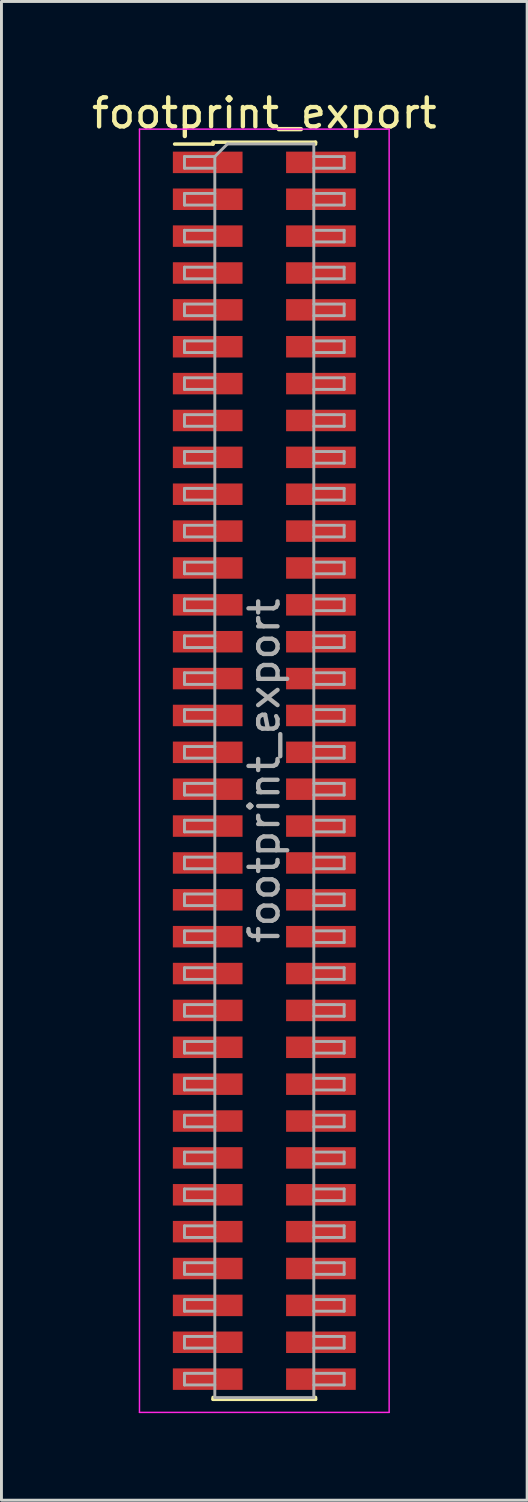
<source format=kicad_pcb>
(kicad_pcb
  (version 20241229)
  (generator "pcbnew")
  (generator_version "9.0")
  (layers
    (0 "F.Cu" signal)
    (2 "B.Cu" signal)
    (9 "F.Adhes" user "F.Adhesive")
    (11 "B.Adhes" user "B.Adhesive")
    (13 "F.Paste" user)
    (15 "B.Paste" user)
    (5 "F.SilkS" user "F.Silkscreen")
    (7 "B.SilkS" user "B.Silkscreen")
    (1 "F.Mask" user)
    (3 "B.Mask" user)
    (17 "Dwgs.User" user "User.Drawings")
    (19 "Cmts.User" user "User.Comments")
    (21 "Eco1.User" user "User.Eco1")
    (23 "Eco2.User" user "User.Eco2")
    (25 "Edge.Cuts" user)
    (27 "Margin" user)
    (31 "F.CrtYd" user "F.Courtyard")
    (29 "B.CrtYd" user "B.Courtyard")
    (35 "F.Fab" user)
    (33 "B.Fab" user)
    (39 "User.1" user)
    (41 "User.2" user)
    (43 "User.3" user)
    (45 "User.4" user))
  (footprint "footprint_export"
    (layer "F.Cu")
    (at 6.054 23.498)
    (property "Reference" "footprint_export" (at 0 -22.65 0) (layer "F.SilkS") (effects (font (size 1 1) (thickness 0.15))))
    (attr smd)
    (fp_line (start -3.09 -21.585) (end -1.765 -21.585) (stroke (width 0.12) (type solid)) (layer "F.SilkS"))
    (fp_line (start -1.765 -21.65) (end -1.765 -21.585) (stroke (width 0.12) (type solid)) (layer "F.SilkS"))
    (fp_line (start -1.765 -21.65) (end 1.765 -21.65) (stroke (width 0.12) (type solid)) (layer "F.SilkS"))
    (fp_line (start -1.765 21.585) (end -1.765 21.65) (stroke (width 0.12) (type solid)) (layer "F.SilkS"))
    (fp_line (start -1.765 21.65) (end 1.765 21.65) (stroke (width 0.12) (type solid)) (layer "F.SilkS"))
    (fp_line (start 1.765 -21.65) (end 1.765 -21.585) (stroke (width 0.12) (type solid)) (layer "F.SilkS"))
    (fp_line (start 1.765 21.585) (end 1.765 21.65) (stroke (width 0.12) (type solid)) (layer "F.SilkS"))
    (fp_line (start -4.3 -22.1) (end -4.3 22.1) (stroke (width 0.05) (type solid)) (layer "F.CrtYd"))
    (fp_line (start -4.3 22.1) (end 4.3 22.1) (stroke (width 0.05) (type solid)) (layer "F.CrtYd"))
    (fp_line (start 4.3 -22.1) (end -4.3 -22.1) (stroke (width 0.05) (type solid)) (layer "F.CrtYd"))
    (fp_line (start 4.3 22.1) (end 4.3 -22.1) (stroke (width 0.05) (type solid)) (layer "F.CrtYd"))
    (fp_line (start -2.75 -21.155) (end -2.75 -20.755) (stroke (width 0.1) (type solid)) (layer "F.Fab"))
    (fp_line (start -2.75 -20.755) (end -1.705 -20.755) (stroke (width 0.1) (type solid)) (layer "F.Fab"))
    (fp_line (start -2.75 -19.885) (end -2.75 -19.485) (stroke (width 0.1) (type solid)) (layer "F.Fab"))
    (fp_line (start -2.75 -19.485) (end -1.705 -19.485) (stroke (width 0.1) (type solid)) (layer "F.Fab"))
    (fp_line (start -2.75 -18.615) (end -2.75 -18.215) (stroke (width 0.1) (type solid)) (layer "F.Fab"))
    (fp_line (start -2.75 -18.215) (end -1.705 -18.215) (stroke (width 0.1) (type solid)) (layer "F.Fab"))
    (fp_line (start -2.75 -17.345) (end -2.75 -16.945) (stroke (width 0.1) (type solid)) (layer "F.Fab"))
    (fp_line (start -2.75 -16.945) (end -1.705 -16.945) (stroke (width 0.1) (type solid)) (layer "F.Fab"))
    (fp_line (start -2.75 -16.075) (end -2.75 -15.675) (stroke (width 0.1) (type solid)) (layer "F.Fab"))
    (fp_line (start -2.75 -15.675) (end -1.705 -15.675) (stroke (width 0.1) (type solid)) (layer "F.Fab"))
    (fp_line (start -2.75 -14.805) (end -2.75 -14.405) (stroke (width 0.1) (type solid)) (layer "F.Fab"))
    (fp_line (start -2.75 -14.405) (end -1.705 -14.405) (stroke (width 0.1) (type solid)) (layer "F.Fab"))
    (fp_line (start -2.75 -13.535) (end -2.75 -13.135) (stroke (width 0.1) (type solid)) (layer "F.Fab"))
    (fp_line (start -2.75 -13.135) (end -1.705 -13.135) (stroke (width 0.1) (type solid)) (layer "F.Fab"))
    (fp_line (start -2.75 -12.265) (end -2.75 -11.865) (stroke (width 0.1) (type solid)) (layer "F.Fab"))
    (fp_line (start -2.75 -11.865) (end -1.705 -11.865) (stroke (width 0.1) (type solid)) (layer "F.Fab"))
    (fp_line (start -2.75 -10.995) (end -2.75 -10.595) (stroke (width 0.1) (type solid)) (layer "F.Fab"))
    (fp_line (start -2.75 -10.595) (end -1.705 -10.595) (stroke (width 0.1) (type solid)) (layer "F.Fab"))
    (fp_line (start -2.75 -9.725) (end -2.75 -9.325) (stroke (width 0.1) (type solid)) (layer "F.Fab"))
    (fp_line (start -2.75 -9.325) (end -1.705 -9.325) (stroke (width 0.1) (type solid)) (layer "F.Fab"))
    (fp_line (start -2.75 -8.455) (end -2.75 -8.055) (stroke (width 0.1) (type solid)) (layer "F.Fab"))
    (fp_line (start -2.75 -8.055) (end -1.705 -8.055) (stroke (width 0.1) (type solid)) (layer "F.Fab"))
    (fp_line (start -2.75 -7.185) (end -2.75 -6.785) (stroke (width 0.1) (type solid)) (layer "F.Fab"))
    (fp_line (start -2.75 -6.785) (end -1.705 -6.785) (stroke (width 0.1) (type solid)) (layer "F.Fab"))
    (fp_line (start -2.75 -5.915) (end -2.75 -5.515) (stroke (width 0.1) (type solid)) (layer "F.Fab"))
    (fp_line (start -2.75 -5.515) (end -1.705 -5.515) (stroke (width 0.1) (type solid)) (layer "F.Fab"))
    (fp_line (start -2.75 -4.645) (end -2.75 -4.245) (stroke (width 0.1) (type solid)) (layer "F.Fab"))
    (fp_line (start -2.75 -4.245) (end -1.705 -4.245) (stroke (width 0.1) (type solid)) (layer "F.Fab"))
    (fp_line (start -2.75 -3.375) (end -2.75 -2.975) (stroke (width 0.1) (type solid)) (layer "F.Fab"))
    (fp_line (start -2.75 -2.975) (end -1.705 -2.975) (stroke (width 0.1) (type solid)) (layer "F.Fab"))
    (fp_line (start -2.75 -2.105) (end -2.75 -1.705) (stroke (width 0.1) (type solid)) (layer "F.Fab"))
    (fp_line (start -2.75 -1.705) (end -1.705 -1.705) (stroke (width 0.1) (type solid)) (layer "F.Fab"))
    (fp_line (start -2.75 -0.835) (end -2.75 -0.435) (stroke (width 0.1) (type solid)) (layer "F.Fab"))
    (fp_line (start -2.75 -0.435) (end -1.705 -0.435) (stroke (width 0.1) (type solid)) (layer "F.Fab"))
    (fp_line (start -2.75 0.435) (end -2.75 0.835) (stroke (width 0.1) (type solid)) (layer "F.Fab"))
    (fp_line (start -2.75 0.835) (end -1.705 0.835) (stroke (width 0.1) (type solid)) (layer "F.Fab"))
    (fp_line (start -2.75 1.705) (end -2.75 2.105) (stroke (width 0.1) (type solid)) (layer "F.Fab"))
    (fp_line (start -2.75 2.105) (end -1.705 2.105) (stroke (width 0.1) (type solid)) (layer "F.Fab"))
    (fp_line (start -2.75 2.975) (end -2.75 3.375) (stroke (width 0.1) (type solid)) (layer "F.Fab"))
    (fp_line (start -2.75 3.375) (end -1.705 3.375) (stroke (width 0.1) (type solid)) (layer "F.Fab"))
    (fp_line (start -2.75 4.245) (end -2.75 4.645) (stroke (width 0.1) (type solid)) (layer "F.Fab"))
    (fp_line (start -2.75 4.645) (end -1.705 4.645) (stroke (width 0.1) (type solid)) (layer "F.Fab"))
    (fp_line (start -2.75 5.515) (end -2.75 5.915) (stroke (width 0.1) (type solid)) (layer "F.Fab"))
    (fp_line (start -2.75 5.915) (end -1.705 5.915) (stroke (width 0.1) (type solid)) (layer "F.Fab"))
    (fp_line (start -2.75 6.785) (end -2.75 7.185) (stroke (width 0.1) (type solid)) (layer "F.Fab"))
    (fp_line (start -2.75 7.185) (end -1.705 7.185) (stroke (width 0.1) (type solid)) (layer "F.Fab"))
    (fp_line (start -2.75 8.055) (end -2.75 8.455) (stroke (width 0.1) (type solid)) (layer "F.Fab"))
    (fp_line (start -2.75 8.455) (end -1.705 8.455) (stroke (width 0.1) (type solid)) (layer "F.Fab"))
    (fp_line (start -2.75 9.325) (end -2.75 9.725) (stroke (width 0.1) (type solid)) (layer "F.Fab"))
    (fp_line (start -2.75 9.725) (end -1.705 9.725) (stroke (width 0.1) (type solid)) (layer "F.Fab"))
    (fp_line (start -2.75 10.595) (end -2.75 10.995) (stroke (width 0.1) (type solid)) (layer "F.Fab"))
    (fp_line (start -2.75 10.995) (end -1.705 10.995) (stroke (width 0.1) (type solid)) (layer "F.Fab"))
    (fp_line (start -2.75 11.865) (end -2.75 12.265) (stroke (width 0.1) (type solid)) (layer "F.Fab"))
    (fp_line (start -2.75 12.265) (end -1.705 12.265) (stroke (width 0.1) (type solid)) (layer "F.Fab"))
    (fp_line (start -2.75 13.135) (end -2.75 13.535) (stroke (width 0.1) (type solid)) (layer "F.Fab"))
    (fp_line (start -2.75 13.535) (end -1.705 13.535) (stroke (width 0.1) (type solid)) (layer "F.Fab"))
    (fp_line (start -2.75 14.405) (end -2.75 14.805) (stroke (width 0.1) (type solid)) (layer "F.Fab"))
    (fp_line (start -2.75 14.805) (end -1.705 14.805) (stroke (width 0.1) (type solid)) (layer "F.Fab"))
    (fp_line (start -2.75 15.675) (end -2.75 16.075) (stroke (width 0.1) (type solid)) (layer "F.Fab"))
    (fp_line (start -2.75 16.075) (end -1.705 16.075) (stroke (width 0.1) (type solid)) (layer "F.Fab"))
    (fp_line (start -2.75 16.945) (end -2.75 17.345) (stroke (width 0.1) (type solid)) (layer "F.Fab"))
    (fp_line (start -2.75 17.345) (end -1.705 17.345) (stroke (width 0.1) (type solid)) (layer "F.Fab"))
    (fp_line (start -2.75 18.215) (end -2.75 18.615) (stroke (width 0.1) (type solid)) (layer "F.Fab"))
    (fp_line (start -2.75 18.615) (end -1.705 18.615) (stroke (width 0.1) (type solid)) (layer "F.Fab"))
    (fp_line (start -2.75 19.485) (end -2.75 19.885) (stroke (width 0.1) (type solid)) (layer "F.Fab"))
    (fp_line (start -2.75 19.885) (end -1.705 19.885) (stroke (width 0.1) (type solid)) (layer "F.Fab"))
    (fp_line (start -2.75 20.755) (end -2.75 21.155) (stroke (width 0.1) (type solid)) (layer "F.Fab"))
    (fp_line (start -2.75 21.155) (end -1.705 21.155) (stroke (width 0.1) (type solid)) (layer "F.Fab"))
    (fp_line (start -1.705 -21.155) (end -2.75 -21.155) (stroke (width 0.1) (type solid)) (layer "F.Fab"))
    (fp_line (start -1.705 -21.155) (end -1.27 -21.59) (stroke (width 0.1) (type solid)) (layer "F.Fab"))
    (fp_line (start -1.705 -19.885) (end -2.75 -19.885) (stroke (width 0.1) (type solid)) (layer "F.Fab"))
    (fp_line (start -1.705 -18.615) (end -2.75 -18.615) (stroke (width 0.1) (type solid)) (layer "F.Fab"))
    (fp_line (start -1.705 -17.345) (end -2.75 -17.345) (stroke (width 0.1) (type solid)) (layer "F.Fab"))
    (fp_line (start -1.705 -16.075) (end -2.75 -16.075) (stroke (width 0.1) (type solid)) (layer "F.Fab"))
    (fp_line (start -1.705 -14.805) (end -2.75 -14.805) (stroke (width 0.1) (type solid)) (layer "F.Fab"))
    (fp_line (start -1.705 -13.535) (end -2.75 -13.535) (stroke (width 0.1) (type solid)) (layer "F.Fab"))
    (fp_line (start -1.705 -12.265) (end -2.75 -12.265) (stroke (width 0.1) (type solid)) (layer "F.Fab"))
    (fp_line (start -1.705 -10.995) (end -2.75 -10.995) (stroke (width 0.1) (type solid)) (layer "F.Fab"))
    (fp_line (start -1.705 -9.725) (end -2.75 -9.725) (stroke (width 0.1) (type solid)) (layer "F.Fab"))
    (fp_line (start -1.705 -8.455) (end -2.75 -8.455) (stroke (width 0.1) (type solid)) (layer "F.Fab"))
    (fp_line (start -1.705 -7.185) (end -2.75 -7.185) (stroke (width 0.1) (type solid)) (layer "F.Fab"))
    (fp_line (start -1.705 -5.915) (end -2.75 -5.915) (stroke (width 0.1) (type solid)) (layer "F.Fab"))
    (fp_line (start -1.705 -4.645) (end -2.75 -4.645) (stroke (width 0.1) (type solid)) (layer "F.Fab"))
    (fp_line (start -1.705 -3.375) (end -2.75 -3.375) (stroke (width 0.1) (type solid)) (layer "F.Fab"))
    (fp_line (start -1.705 -2.105) (end -2.75 -2.105) (stroke (width 0.1) (type solid)) (layer "F.Fab"))
    (fp_line (start -1.705 -0.835) (end -2.75 -0.835) (stroke (width 0.1) (type solid)) (layer "F.Fab"))
    (fp_line (start -1.705 0.435) (end -2.75 0.435) (stroke (width 0.1) (type solid)) (layer "F.Fab"))
    (fp_line (start -1.705 1.705) (end -2.75 1.705) (stroke (width 0.1) (type solid)) (layer "F.Fab"))
    (fp_line (start -1.705 2.975) (end -2.75 2.975) (stroke (width 0.1) (type solid)) (layer "F.Fab"))
    (fp_line (start -1.705 4.245) (end -2.75 4.245) (stroke (width 0.1) (type solid)) (layer "F.Fab"))
    (fp_line (start -1.705 5.515) (end -2.75 5.515) (stroke (width 0.1) (type solid)) (layer "F.Fab"))
    (fp_line (start -1.705 6.785) (end -2.75 6.785) (stroke (width 0.1) (type solid)) (layer "F.Fab"))
    (fp_line (start -1.705 8.055) (end -2.75 8.055) (stroke (width 0.1) (type solid)) (layer "F.Fab"))
    (fp_line (start -1.705 9.325) (end -2.75 9.325) (stroke (width 0.1) (type solid)) (layer "F.Fab"))
    (fp_line (start -1.705 10.595) (end -2.75 10.595) (stroke (width 0.1) (type solid)) (layer "F.Fab"))
    (fp_line (start -1.705 11.865) (end -2.75 11.865) (stroke (width 0.1) (type solid)) (layer "F.Fab"))
    (fp_line (start -1.705 13.135) (end -2.75 13.135) (stroke (width 0.1) (type solid)) (layer "F.Fab"))
    (fp_line (start -1.705 14.405) (end -2.75 14.405) (stroke (width 0.1) (type solid)) (layer "F.Fab"))
    (fp_line (start -1.705 15.675) (end -2.75 15.675) (stroke (width 0.1) (type solid)) (layer "F.Fab"))
    (fp_line (start -1.705 16.945) (end -2.75 16.945) (stroke (width 0.1) (type solid)) (layer "F.Fab"))
    (fp_line (start -1.705 18.215) (end -2.75 18.215) (stroke (width 0.1) (type solid)) (layer "F.Fab"))
    (fp_line (start -1.705 19.485) (end -2.75 19.485) (stroke (width 0.1) (type solid)) (layer "F.Fab"))
    (fp_line (start -1.705 20.755) (end -2.75 20.755) (stroke (width 0.1) (type solid)) (layer "F.Fab"))
    (fp_line (start -1.705 21.59) (end -1.705 -21.155) (stroke (width 0.1) (type solid)) (layer "F.Fab"))
    (fp_line (start -1.27 -21.59) (end 1.705 -21.59) (stroke (width 0.1) (type solid)) (layer "F.Fab"))
    (fp_line (start 1.705 -21.59) (end 1.705 21.59) (stroke (width 0.1) (type solid)) (layer "F.Fab"))
    (fp_line (start 1.705 -21.155) (end 2.75 -21.155) (stroke (width 0.1) (type solid)) (layer "F.Fab"))
    (fp_line (start 1.705 -19.885) (end 2.75 -19.885) (stroke (width 0.1) (type solid)) (layer "F.Fab"))
    (fp_line (start 1.705 -18.615) (end 2.75 -18.615) (stroke (width 0.1) (type solid)) (layer "F.Fab"))
    (fp_line (start 1.705 -17.345) (end 2.75 -17.345) (stroke (width 0.1) (type solid)) (layer "F.Fab"))
    (fp_line (start 1.705 -16.075) (end 2.75 -16.075) (stroke (width 0.1) (type solid)) (layer "F.Fab"))
    (fp_line (start 1.705 -14.805) (end 2.75 -14.805) (stroke (width 0.1) (type solid)) (layer "F.Fab"))
    (fp_line (start 1.705 -13.535) (end 2.75 -13.535) (stroke (width 0.1) (type solid)) (layer "F.Fab"))
    (fp_line (start 1.705 -12.265) (end 2.75 -12.265) (stroke (width 0.1) (type solid)) (layer "F.Fab"))
    (fp_line (start 1.705 -10.995) (end 2.75 -10.995) (stroke (width 0.1) (type solid)) (layer "F.Fab"))
    (fp_line (start 1.705 -9.725) (end 2.75 -9.725) (stroke (width 0.1) (type solid)) (layer "F.Fab"))
    (fp_line (start 1.705 -8.455) (end 2.75 -8.455) (stroke (width 0.1) (type solid)) (layer "F.Fab"))
    (fp_line (start 1.705 -7.185) (end 2.75 -7.185) (stroke (width 0.1) (type solid)) (layer "F.Fab"))
    (fp_line (start 1.705 -5.915) (end 2.75 -5.915) (stroke (width 0.1) (type solid)) (layer "F.Fab"))
    (fp_line (start 1.705 -4.645) (end 2.75 -4.645) (stroke (width 0.1) (type solid)) (layer "F.Fab"))
    (fp_line (start 1.705 -3.375) (end 2.75 -3.375) (stroke (width 0.1) (type solid)) (layer "F.Fab"))
    (fp_line (start 1.705 -2.105) (end 2.75 -2.105) (stroke (width 0.1) (type solid)) (layer "F.Fab"))
    (fp_line (start 1.705 -0.835) (end 2.75 -0.835) (stroke (width 0.1) (type solid)) (layer "F.Fab"))
    (fp_line (start 1.705 0.435) (end 2.75 0.435) (stroke (width 0.1) (type solid)) (layer "F.Fab"))
    (fp_line (start 1.705 1.705) (end 2.75 1.705) (stroke (width 0.1) (type solid)) (layer "F.Fab"))
    (fp_line (start 1.705 2.975) (end 2.75 2.975) (stroke (width 0.1) (type solid)) (layer "F.Fab"))
    (fp_line (start 1.705 4.245) (end 2.75 4.245) (stroke (width 0.1) (type solid)) (layer "F.Fab"))
    (fp_line (start 1.705 5.515) (end 2.75 5.515) (stroke (width 0.1) (type solid)) (layer "F.Fab"))
    (fp_line (start 1.705 6.785) (end 2.75 6.785) (stroke (width 0.1) (type solid)) (layer "F.Fab"))
    (fp_line (start 1.705 8.055) (end 2.75 8.055) (stroke (width 0.1) (type solid)) (layer "F.Fab"))
    (fp_line (start 1.705 9.325) (end 2.75 9.325) (stroke (width 0.1) (type solid)) (layer "F.Fab"))
    (fp_line (start 1.705 10.595) (end 2.75 10.595) (stroke (width 0.1) (type solid)) (layer "F.Fab"))
    (fp_line (start 1.705 11.865) (end 2.75 11.865) (stroke (width 0.1) (type solid)) (layer "F.Fab"))
    (fp_line (start 1.705 13.135) (end 2.75 13.135) (stroke (width 0.1) (type solid)) (layer "F.Fab"))
    (fp_line (start 1.705 14.405) (end 2.75 14.405) (stroke (width 0.1) (type solid)) (layer "F.Fab"))
    (fp_line (start 1.705 15.675) (end 2.75 15.675) (stroke (width 0.1) (type solid)) (layer "F.Fab"))
    (fp_line (start 1.705 16.945) (end 2.75 16.945) (stroke (width 0.1) (type solid)) (layer "F.Fab"))
    (fp_line (start 1.705 18.215) (end 2.75 18.215) (stroke (width 0.1) (type solid)) (layer "F.Fab"))
    (fp_line (start 1.705 19.485) (end 2.75 19.485) (stroke (width 0.1) (type solid)) (layer "F.Fab"))
    (fp_line (start 1.705 20.755) (end 2.75 20.755) (stroke (width 0.1) (type solid)) (layer "F.Fab"))
    (fp_line (start 1.705 21.59) (end -1.705 21.59) (stroke (width 0.1) (type solid)) (layer "F.Fab"))
    (fp_line (start 2.75 -21.155) (end 2.75 -20.755) (stroke (width 0.1) (type solid)) (layer "F.Fab"))
    (fp_line (start 2.75 -20.755) (end 1.705 -20.755) (stroke (width 0.1) (type solid)) (layer "F.Fab"))
    (fp_line (start 2.75 -19.885) (end 2.75 -19.485) (stroke (width 0.1) (type solid)) (layer "F.Fab"))
    (fp_line (start 2.75 -19.485) (end 1.705 -19.485) (stroke (width 0.1) (type solid)) (layer "F.Fab"))
    (fp_line (start 2.75 -18.615) (end 2.75 -18.215) (stroke (width 0.1) (type solid)) (layer "F.Fab"))
    (fp_line (start 2.75 -18.215) (end 1.705 -18.215) (stroke (width 0.1) (type solid)) (layer "F.Fab"))
    (fp_line (start 2.75 -17.345) (end 2.75 -16.945) (stroke (width 0.1) (type solid)) (layer "F.Fab"))
    (fp_line (start 2.75 -16.945) (end 1.705 -16.945) (stroke (width 0.1) (type solid)) (layer "F.Fab"))
    (fp_line (start 2.75 -16.075) (end 2.75 -15.675) (stroke (width 0.1) (type solid)) (layer "F.Fab"))
    (fp_line (start 2.75 -15.675) (end 1.705 -15.675) (stroke (width 0.1) (type solid)) (layer "F.Fab"))
    (fp_line (start 2.75 -14.805) (end 2.75 -14.405) (stroke (width 0.1) (type solid)) (layer "F.Fab"))
    (fp_line (start 2.75 -14.405) (end 1.705 -14.405) (stroke (width 0.1) (type solid)) (layer "F.Fab"))
    (fp_line (start 2.75 -13.535) (end 2.75 -13.135) (stroke (width 0.1) (type solid)) (layer "F.Fab"))
    (fp_line (start 2.75 -13.135) (end 1.705 -13.135) (stroke (width 0.1) (type solid)) (layer "F.Fab"))
    (fp_line (start 2.75 -12.265) (end 2.75 -11.865) (stroke (width 0.1) (type solid)) (layer "F.Fab"))
    (fp_line (start 2.75 -11.865) (end 1.705 -11.865) (stroke (width 0.1) (type solid)) (layer "F.Fab"))
    (fp_line (start 2.75 -10.995) (end 2.75 -10.595) (stroke (width 0.1) (type solid)) (layer "F.Fab"))
    (fp_line (start 2.75 -10.595) (end 1.705 -10.595) (stroke (width 0.1) (type solid)) (layer "F.Fab"))
    (fp_line (start 2.75 -9.725) (end 2.75 -9.325) (stroke (width 0.1) (type solid)) (layer "F.Fab"))
    (fp_line (start 2.75 -9.325) (end 1.705 -9.325) (stroke (width 0.1) (type solid)) (layer "F.Fab"))
    (fp_line (start 2.75 -8.455) (end 2.75 -8.055) (stroke (width 0.1) (type solid)) (layer "F.Fab"))
    (fp_line (start 2.75 -8.055) (end 1.705 -8.055) (stroke (width 0.1) (type solid)) (layer "F.Fab"))
    (fp_line (start 2.75 -7.185) (end 2.75 -6.785) (stroke (width 0.1) (type solid)) (layer "F.Fab"))
    (fp_line (start 2.75 -6.785) (end 1.705 -6.785) (stroke (width 0.1) (type solid)) (layer "F.Fab"))
    (fp_line (start 2.75 -5.915) (end 2.75 -5.515) (stroke (width 0.1) (type solid)) (layer "F.Fab"))
    (fp_line (start 2.75 -5.515) (end 1.705 -5.515) (stroke (width 0.1) (type solid)) (layer "F.Fab"))
    (fp_line (start 2.75 -4.645) (end 2.75 -4.245) (stroke (width 0.1) (type solid)) (layer "F.Fab"))
    (fp_line (start 2.75 -4.245) (end 1.705 -4.245) (stroke (width 0.1) (type solid)) (layer "F.Fab"))
    (fp_line (start 2.75 -3.375) (end 2.75 -2.975) (stroke (width 0.1) (type solid)) (layer "F.Fab"))
    (fp_line (start 2.75 -2.975) (end 1.705 -2.975) (stroke (width 0.1) (type solid)) (layer "F.Fab"))
    (fp_line (start 2.75 -2.105) (end 2.75 -1.705) (stroke (width 0.1) (type solid)) (layer "F.Fab"))
    (fp_line (start 2.75 -1.705) (end 1.705 -1.705) (stroke (width 0.1) (type solid)) (layer "F.Fab"))
    (fp_line (start 2.75 -0.835) (end 2.75 -0.435) (stroke (width 0.1) (type solid)) (layer "F.Fab"))
    (fp_line (start 2.75 -0.435) (end 1.705 -0.435) (stroke (width 0.1) (type solid)) (layer "F.Fab"))
    (fp_line (start 2.75 0.435) (end 2.75 0.835) (stroke (width 0.1) (type solid)) (layer "F.Fab"))
    (fp_line (start 2.75 0.835) (end 1.705 0.835) (stroke (width 0.1) (type solid)) (layer "F.Fab"))
    (fp_line (start 2.75 1.705) (end 2.75 2.105) (stroke (width 0.1) (type solid)) (layer "F.Fab"))
    (fp_line (start 2.75 2.105) (end 1.705 2.105) (stroke (width 0.1) (type solid)) (layer "F.Fab"))
    (fp_line (start 2.75 2.975) (end 2.75 3.375) (stroke (width 0.1) (type solid)) (layer "F.Fab"))
    (fp_line (start 2.75 3.375) (end 1.705 3.375) (stroke (width 0.1) (type solid)) (layer "F.Fab"))
    (fp_line (start 2.75 4.245) (end 2.75 4.645) (stroke (width 0.1) (type solid)) (layer "F.Fab"))
    (fp_line (start 2.75 4.645) (end 1.705 4.645) (stroke (width 0.1) (type solid)) (layer "F.Fab"))
    (fp_line (start 2.75 5.515) (end 2.75 5.915) (stroke (width 0.1) (type solid)) (layer "F.Fab"))
    (fp_line (start 2.75 5.915) (end 1.705 5.915) (stroke (width 0.1) (type solid)) (layer "F.Fab"))
    (fp_line (start 2.75 6.785) (end 2.75 7.185) (stroke (width 0.1) (type solid)) (layer "F.Fab"))
    (fp_line (start 2.75 7.185) (end 1.705 7.185) (stroke (width 0.1) (type solid)) (layer "F.Fab"))
    (fp_line (start 2.75 8.055) (end 2.75 8.455) (stroke (width 0.1) (type solid)) (layer "F.Fab"))
    (fp_line (start 2.75 8.455) (end 1.705 8.455) (stroke (width 0.1) (type solid)) (layer "F.Fab"))
    (fp_line (start 2.75 9.325) (end 2.75 9.725) (stroke (width 0.1) (type solid)) (layer "F.Fab"))
    (fp_line (start 2.75 9.725) (end 1.705 9.725) (stroke (width 0.1) (type solid)) (layer "F.Fab"))
    (fp_line (start 2.75 10.595) (end 2.75 10.995) (stroke (width 0.1) (type solid)) (layer "F.Fab"))
    (fp_line (start 2.75 10.995) (end 1.705 10.995) (stroke (width 0.1) (type solid)) (layer "F.Fab"))
    (fp_line (start 2.75 11.865) (end 2.75 12.265) (stroke (width 0.1) (type solid)) (layer "F.Fab"))
    (fp_line (start 2.75 12.265) (end 1.705 12.265) (stroke (width 0.1) (type solid)) (layer "F.Fab"))
    (fp_line (start 2.75 13.135) (end 2.75 13.535) (stroke (width 0.1) (type solid)) (layer "F.Fab"))
    (fp_line (start 2.75 13.535) (end 1.705 13.535) (stroke (width 0.1) (type solid)) (layer "F.Fab"))
    (fp_line (start 2.75 14.405) (end 2.75 14.805) (stroke (width 0.1) (type solid)) (layer "F.Fab"))
    (fp_line (start 2.75 14.805) (end 1.705 14.805) (stroke (width 0.1) (type solid)) (layer "F.Fab"))
    (fp_line (start 2.75 15.675) (end 2.75 16.075) (stroke (width 0.1) (type solid)) (layer "F.Fab"))
    (fp_line (start 2.75 16.075) (end 1.705 16.075) (stroke (width 0.1) (type solid)) (layer "F.Fab"))
    (fp_line (start 2.75 16.945) (end 2.75 17.345) (stroke (width 0.1) (type solid)) (layer "F.Fab"))
    (fp_line (start 2.75 17.345) (end 1.705 17.345) (stroke (width 0.1) (type solid)) (layer "F.Fab"))
    (fp_line (start 2.75 18.215) (end 2.75 18.615) (stroke (width 0.1) (type solid)) (layer "F.Fab"))
    (fp_line (start 2.75 18.615) (end 1.705 18.615) (stroke (width 0.1) (type solid)) (layer "F.Fab"))
    (fp_line (start 2.75 19.485) (end 2.75 19.885) (stroke (width 0.1) (type solid)) (layer "F.Fab"))
    (fp_line (start 2.75 19.885) (end 1.705 19.885) (stroke (width 0.1) (type solid)) (layer "F.Fab"))
    (fp_line (start 2.75 20.755) (end 2.75 21.155) (stroke (width 0.1) (type solid)) (layer "F.Fab"))
    (fp_line (start 2.75 21.155) (end 1.705 21.155) (stroke (width 0.1) (type solid)) (layer "F.Fab"))
    (fp_text user "${REFERENCE}" (at 0 0 90) (layer "F.Fab") (effects (font (size 1 1) (thickness 0.15))))
    (pad "1" smd rect (at -1.95 -20.955) (size 2.4 0.74) (layers "F.Cu" "F.Mask" "F.Paste"))
    (pad "2" smd rect (at 1.95 -20.955) (size 2.4 0.74) (layers "F.Cu" "F.Mask" "F.Paste"))
    (pad "3" smd rect (at -1.95 -19.685) (size 2.4 0.74) (layers "F.Cu" "F.Mask" "F.Paste"))
    (pad "4" smd rect (at 1.95 -19.685) (size 2.4 0.74) (layers "F.Cu" "F.Mask" "F.Paste"))
    (pad "5" smd rect (at -1.95 -18.415) (size 2.4 0.74) (layers "F.Cu" "F.Mask" "F.Paste"))
    (pad "6" smd rect (at 1.95 -18.415) (size 2.4 0.74) (layers "F.Cu" "F.Mask" "F.Paste"))
    (pad "7" smd rect (at -1.95 -17.145) (size 2.4 0.74) (layers "F.Cu" "F.Mask" "F.Paste"))
    (pad "8" smd rect (at 1.95 -17.145) (size 2.4 0.74) (layers "F.Cu" "F.Mask" "F.Paste"))
    (pad "9" smd rect (at -1.95 -15.875) (size 2.4 0.74) (layers "F.Cu" "F.Mask" "F.Paste"))
    (pad "10" smd rect (at 1.95 -15.875) (size 2.4 0.74) (layers "F.Cu" "F.Mask" "F.Paste"))
    (pad "11" smd rect (at -1.95 -14.605) (size 2.4 0.74) (layers "F.Cu" "F.Mask" "F.Paste"))
    (pad "12" smd rect (at 1.95 -14.605) (size 2.4 0.74) (layers "F.Cu" "F.Mask" "F.Paste"))
    (pad "13" smd rect (at -1.95 -13.335) (size 2.4 0.74) (layers "F.Cu" "F.Mask" "F.Paste"))
    (pad "14" smd rect (at 1.95 -13.335) (size 2.4 0.74) (layers "F.Cu" "F.Mask" "F.Paste"))
    (pad "15" smd rect (at -1.95 -12.065) (size 2.4 0.74) (layers "F.Cu" "F.Mask" "F.Paste"))
    (pad "16" smd rect (at 1.95 -12.065) (size 2.4 0.74) (layers "F.Cu" "F.Mask" "F.Paste"))
    (pad "17" smd rect (at -1.95 -10.795) (size 2.4 0.74) (layers "F.Cu" "F.Mask" "F.Paste"))
    (pad "18" smd rect (at 1.95 -10.795) (size 2.4 0.74) (layers "F.Cu" "F.Mask" "F.Paste"))
    (pad "19" smd rect (at -1.95 -9.525) (size 2.4 0.74) (layers "F.Cu" "F.Mask" "F.Paste"))
    (pad "20" smd rect (at 1.95 -9.525) (size 2.4 0.74) (layers "F.Cu" "F.Mask" "F.Paste"))
    (pad "21" smd rect (at -1.95 -8.255) (size 2.4 0.74) (layers "F.Cu" "F.Mask" "F.Paste"))
    (pad "22" smd rect (at 1.95 -8.255) (size 2.4 0.74) (layers "F.Cu" "F.Mask" "F.Paste"))
    (pad "23" smd rect (at -1.95 -6.985) (size 2.4 0.74) (layers "F.Cu" "F.Mask" "F.Paste"))
    (pad "24" smd rect (at 1.95 -6.985) (size 2.4 0.74) (layers "F.Cu" "F.Mask" "F.Paste"))
    (pad "25" smd rect (at -1.95 -5.715) (size 2.4 0.74) (layers "F.Cu" "F.Mask" "F.Paste"))
    (pad "26" smd rect (at 1.95 -5.715) (size 2.4 0.74) (layers "F.Cu" "F.Mask" "F.Paste"))
    (pad "27" smd rect (at -1.95 -4.445) (size 2.4 0.74) (layers "F.Cu" "F.Mask" "F.Paste"))
    (pad "28" smd rect (at 1.95 -4.445) (size 2.4 0.74) (layers "F.Cu" "F.Mask" "F.Paste"))
    (pad "29" smd rect (at -1.95 -3.175) (size 2.4 0.74) (layers "F.Cu" "F.Mask" "F.Paste"))
    (pad "30" smd rect (at 1.95 -3.175) (size 2.4 0.74) (layers "F.Cu" "F.Mask" "F.Paste"))
    (pad "31" smd rect (at -1.95 -1.905) (size 2.4 0.74) (layers "F.Cu" "F.Mask" "F.Paste"))
    (pad "32" smd rect (at 1.95 -1.905) (size 2.4 0.74) (layers "F.Cu" "F.Mask" "F.Paste"))
    (pad "33" smd rect (at -1.95 -0.635) (size 2.4 0.74) (layers "F.Cu" "F.Mask" "F.Paste"))
    (pad "34" smd rect (at 1.95 -0.635) (size 2.4 0.74) (layers "F.Cu" "F.Mask" "F.Paste"))
    (pad "35" smd rect (at -1.95 0.635) (size 2.4 0.74) (layers "F.Cu" "F.Mask" "F.Paste"))
    (pad "36" smd rect (at 1.95 0.635) (size 2.4 0.74) (layers "F.Cu" "F.Mask" "F.Paste"))
    (pad "37" smd rect (at -1.95 1.905) (size 2.4 0.74) (layers "F.Cu" "F.Mask" "F.Paste"))
    (pad "38" smd rect (at 1.95 1.905) (size 2.4 0.74) (layers "F.Cu" "F.Mask" "F.Paste"))
    (pad "39" smd rect (at -1.95 3.175) (size 2.4 0.74) (layers "F.Cu" "F.Mask" "F.Paste"))
    (pad "40" smd rect (at 1.95 3.175) (size 2.4 0.74) (layers "F.Cu" "F.Mask" "F.Paste"))
    (pad "41" smd rect (at -1.95 4.445) (size 2.4 0.74) (layers "F.Cu" "F.Mask" "F.Paste"))
    (pad "42" smd rect (at 1.95 4.445) (size 2.4 0.74) (layers "F.Cu" "F.Mask" "F.Paste"))
    (pad "43" smd rect (at -1.95 5.715) (size 2.4 0.74) (layers "F.Cu" "F.Mask" "F.Paste"))
    (pad "44" smd rect (at 1.95 5.715) (size 2.4 0.74) (layers "F.Cu" "F.Mask" "F.Paste"))
    (pad "45" smd rect (at -1.95 6.985) (size 2.4 0.74) (layers "F.Cu" "F.Mask" "F.Paste"))
    (pad "46" smd rect (at 1.95 6.985) (size 2.4 0.74) (layers "F.Cu" "F.Mask" "F.Paste"))
    (pad "47" smd rect (at -1.95 8.255) (size 2.4 0.74) (layers "F.Cu" "F.Mask" "F.Paste"))
    (pad "48" smd rect (at 1.95 8.255) (size 2.4 0.74) (layers "F.Cu" "F.Mask" "F.Paste"))
    (pad "49" smd rect (at -1.95 9.525) (size 2.4 0.74) (layers "F.Cu" "F.Mask" "F.Paste"))
    (pad "50" smd rect (at 1.95 9.525) (size 2.4 0.74) (layers "F.Cu" "F.Mask" "F.Paste"))
    (pad "51" smd rect (at -1.95 10.795) (size 2.4 0.74) (layers "F.Cu" "F.Mask" "F.Paste"))
    (pad "52" smd rect (at 1.95 10.795) (size 2.4 0.74) (layers "F.Cu" "F.Mask" "F.Paste"))
    (pad "53" smd rect (at -1.95 12.065) (size 2.4 0.74) (layers "F.Cu" "F.Mask" "F.Paste"))
    (pad "54" smd rect (at 1.95 12.065) (size 2.4 0.74) (layers "F.Cu" "F.Mask" "F.Paste"))
    (pad "55" smd rect (at -1.95 13.335) (size 2.4 0.74) (layers "F.Cu" "F.Mask" "F.Paste"))
    (pad "56" smd rect (at 1.95 13.335) (size 2.4 0.74) (layers "F.Cu" "F.Mask" "F.Paste"))
    (pad "57" smd rect (at -1.95 14.605) (size 2.4 0.74) (layers "F.Cu" "F.Mask" "F.Paste"))
    (pad "58" smd rect (at 1.95 14.605) (size 2.4 0.74) (layers "F.Cu" "F.Mask" "F.Paste"))
    (pad "59" smd rect (at -1.95 15.875) (size 2.4 0.74) (layers "F.Cu" "F.Mask" "F.Paste"))
    (pad "60" smd rect (at 1.95 15.875) (size 2.4 0.74) (layers "F.Cu" "F.Mask" "F.Paste"))
    (pad "61" smd rect (at -1.95 17.145) (size 2.4 0.74) (layers "F.Cu" "F.Mask" "F.Paste"))
    (pad "62" smd rect (at 1.95 17.145) (size 2.4 0.74) (layers "F.Cu" "F.Mask" "F.Paste"))
    (pad "63" smd rect (at -1.95 18.415) (size 2.4 0.74) (layers "F.Cu" "F.Mask" "F.Paste"))
    (pad "64" smd rect (at 1.95 18.415) (size 2.4 0.74) (layers "F.Cu" "F.Mask" "F.Paste"))
    (pad "65" smd rect (at -1.95 19.685) (size 2.4 0.74) (layers "F.Cu" "F.Mask" "F.Paste"))
    (pad "66" smd rect (at 1.95 19.685) (size 2.4 0.74) (layers "F.Cu" "F.Mask" "F.Paste"))
    (pad "67" smd rect (at -1.95 20.955) (size 2.4 0.74) (layers "F.Cu" "F.Mask" "F.Paste"))
    (pad "68" smd rect (at 1.95 20.955) (size 2.4 0.74) (layers "F.Cu" "F.Mask" "F.Paste")))
  (gr_rect
    (start -3 -3)
    (end 15.107 48.623)
    (stroke (width 0.1) (type default))
    (fill no)
    (layer "Edge.Cuts")))
</source>
